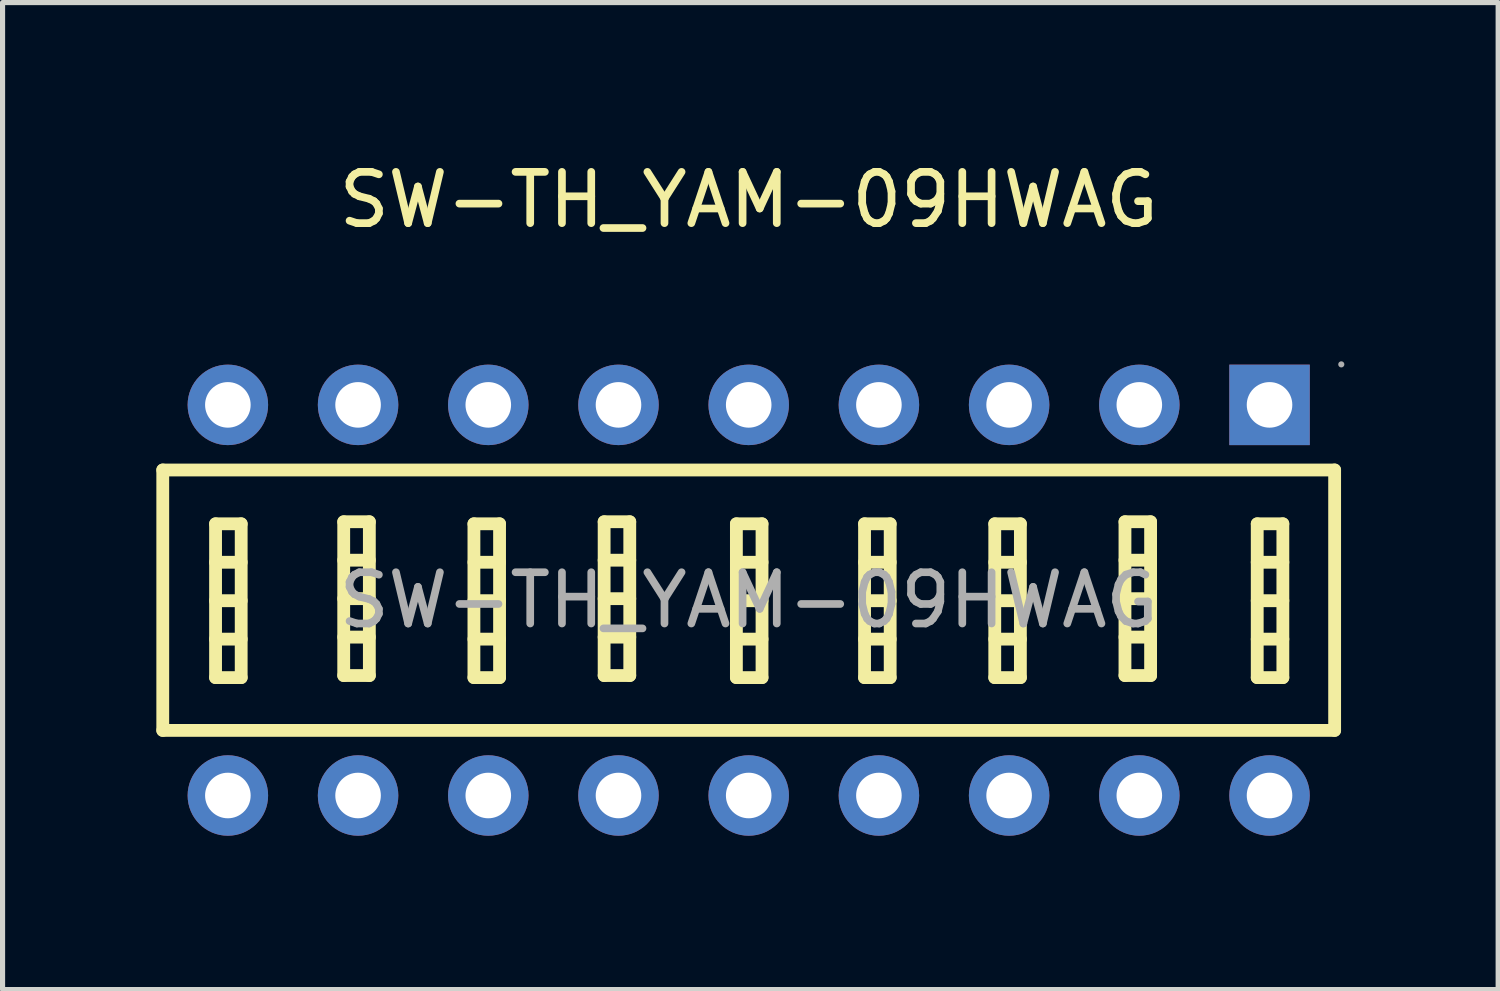
<source format=kicad_pcb>
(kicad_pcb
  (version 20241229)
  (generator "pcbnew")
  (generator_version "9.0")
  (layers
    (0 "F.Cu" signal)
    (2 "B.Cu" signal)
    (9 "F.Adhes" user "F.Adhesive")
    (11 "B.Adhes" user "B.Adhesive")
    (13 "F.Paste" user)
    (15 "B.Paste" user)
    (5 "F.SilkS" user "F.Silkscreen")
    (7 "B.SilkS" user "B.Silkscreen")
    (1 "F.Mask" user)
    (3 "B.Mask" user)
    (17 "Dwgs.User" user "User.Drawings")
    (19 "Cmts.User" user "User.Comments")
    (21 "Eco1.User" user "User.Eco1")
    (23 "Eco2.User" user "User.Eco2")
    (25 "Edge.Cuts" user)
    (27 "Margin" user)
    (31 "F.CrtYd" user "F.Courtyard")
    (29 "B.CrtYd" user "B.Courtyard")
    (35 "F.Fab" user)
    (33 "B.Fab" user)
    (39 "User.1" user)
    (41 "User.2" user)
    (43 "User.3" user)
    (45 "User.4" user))
  (footprint "SW-TH_YAM-09HWAG"
    (layer "F.Cu")
    (at 11.555 8.658)
    (property "Reference" "SW-TH_YAM-09HWAG" (at 0 -7.81 0) (layer "F.SilkS") (effects (font (size 1 1) (thickness 0.15))))
    (attr through_hole)
    (fp_line (start -11.43 -2.54) (end -11.43 2.54) (stroke (width 0.25) (type solid)) (layer "F.SilkS"))
    (fp_line (start -11.43 -2.54) (end 11.43 -2.54) (stroke (width 0.25) (type solid)) (layer "F.SilkS"))
    (fp_line (start -11.43 2.54) (end 11.43 2.54) (stroke (width 0.25) (type solid)) (layer "F.SilkS"))
    (fp_line (start -10.4 -1.49) (end -10.4 1.51) (stroke (width 0.25) (type solid)) (layer "F.SilkS"))
    (fp_line (start -10.4 -0.74) (end -9.9 -0.74) (stroke (width 0.25) (type solid)) (layer "F.SilkS"))
    (fp_line (start -10.4 0.01) (end -9.9 0.01) (stroke (width 0.25) (type solid)) (layer "F.SilkS"))
    (fp_line (start -10.4 0.76) (end -9.9 0.76) (stroke (width 0.25) (type solid)) (layer "F.SilkS"))
    (fp_line (start -10.4 1.51) (end -9.9 1.51) (stroke (width 0.25) (type solid)) (layer "F.SilkS"))
    (fp_line (start -9.9 -1.49) (end -10.4 -1.49) (stroke (width 0.25) (type solid)) (layer "F.SilkS"))
    (fp_line (start -9.9 1.51) (end -9.9 -1.49) (stroke (width 0.25) (type solid)) (layer "F.SilkS"))
    (fp_line (start -7.9 -1.53) (end -7.9 1.47) (stroke (width 0.25) (type solid)) (layer "F.SilkS"))
    (fp_line (start -7.9 -0.78) (end -7.4 -0.78) (stroke (width 0.25) (type solid)) (layer "F.SilkS"))
    (fp_line (start -7.9 -0.03) (end -7.4 -0.03) (stroke (width 0.25) (type solid)) (layer "F.SilkS"))
    (fp_line (start -7.9 0.72) (end -7.4 0.72) (stroke (width 0.25) (type solid)) (layer "F.SilkS"))
    (fp_line (start -7.9 1.47) (end -7.4 1.47) (stroke (width 0.25) (type solid)) (layer "F.SilkS"))
    (fp_line (start -7.4 -1.53) (end -7.9 -1.53) (stroke (width 0.25) (type solid)) (layer "F.SilkS"))
    (fp_line (start -7.4 1.47) (end -7.4 -1.53) (stroke (width 0.25) (type solid)) (layer "F.SilkS"))
    (fp_line (start -5.36 -1.49) (end -5.36 1.51) (stroke (width 0.25) (type solid)) (layer "F.SilkS"))
    (fp_line (start -5.36 -0.74) (end -4.86 -0.74) (stroke (width 0.25) (type solid)) (layer "F.SilkS"))
    (fp_line (start -5.36 0.01) (end -4.86 0.01) (stroke (width 0.25) (type solid)) (layer "F.SilkS"))
    (fp_line (start -5.36 0.76) (end -4.86 0.76) (stroke (width 0.25) (type solid)) (layer "F.SilkS"))
    (fp_line (start -5.36 1.51) (end -4.86 1.51) (stroke (width 0.25) (type solid)) (layer "F.SilkS"))
    (fp_line (start -4.86 -1.49) (end -5.36 -1.49) (stroke (width 0.25) (type solid)) (layer "F.SilkS"))
    (fp_line (start -4.86 1.51) (end -4.86 -1.49) (stroke (width 0.25) (type solid)) (layer "F.SilkS"))
    (fp_line (start -2.82 -1.53) (end -2.82 1.47) (stroke (width 0.25) (type solid)) (layer "F.SilkS"))
    (fp_line (start -2.82 -0.78) (end -2.32 -0.78) (stroke (width 0.25) (type solid)) (layer "F.SilkS"))
    (fp_line (start -2.82 -0.03) (end -2.32 -0.03) (stroke (width 0.25) (type solid)) (layer "F.SilkS"))
    (fp_line (start -2.82 0.72) (end -2.32 0.72) (stroke (width 0.25) (type solid)) (layer "F.SilkS"))
    (fp_line (start -2.82 1.47) (end -2.32 1.47) (stroke (width 0.25) (type solid)) (layer "F.SilkS"))
    (fp_line (start -2.32 -1.53) (end -2.82 -1.53) (stroke (width 0.25) (type solid)) (layer "F.SilkS"))
    (fp_line (start -2.32 1.47) (end -2.32 -1.53) (stroke (width 0.25) (type solid)) (layer "F.SilkS"))
    (fp_line (start -0.24 -1.49) (end -0.24 1.51) (stroke (width 0.25) (type solid)) (layer "F.SilkS"))
    (fp_line (start -0.24 -0.74) (end 0.26 -0.74) (stroke (width 0.25) (type solid)) (layer "F.SilkS"))
    (fp_line (start -0.24 0.01) (end 0.26 0.01) (stroke (width 0.25) (type solid)) (layer "F.SilkS"))
    (fp_line (start -0.24 0.76) (end 0.26 0.76) (stroke (width 0.25) (type solid)) (layer "F.SilkS"))
    (fp_line (start -0.24 1.51) (end 0.26 1.51) (stroke (width 0.25) (type solid)) (layer "F.SilkS"))
    (fp_line (start 0.26 -1.49) (end -0.24 -1.49) (stroke (width 0.25) (type solid)) (layer "F.SilkS"))
    (fp_line (start 0.26 1.51) (end 0.26 -1.49) (stroke (width 0.25) (type solid)) (layer "F.SilkS"))
    (fp_line (start 2.26 -1.49) (end 2.26 1.51) (stroke (width 0.25) (type solid)) (layer "F.SilkS"))
    (fp_line (start 2.26 -0.74) (end 2.76 -0.74) (stroke (width 0.25) (type solid)) (layer "F.SilkS"))
    (fp_line (start 2.26 0.01) (end 2.76 0.01) (stroke (width 0.25) (type solid)) (layer "F.SilkS"))
    (fp_line (start 2.26 0.76) (end 2.76 0.76) (stroke (width 0.25) (type solid)) (layer "F.SilkS"))
    (fp_line (start 2.26 1.51) (end 2.76 1.51) (stroke (width 0.25) (type solid)) (layer "F.SilkS"))
    (fp_line (start 2.76 -1.49) (end 2.26 -1.49) (stroke (width 0.25) (type solid)) (layer "F.SilkS"))
    (fp_line (start 2.76 1.51) (end 2.76 -1.49) (stroke (width 0.25) (type solid)) (layer "F.SilkS"))
    (fp_line (start 4.8 -1.49) (end 4.8 1.51) (stroke (width 0.25) (type solid)) (layer "F.SilkS"))
    (fp_line (start 4.8 -0.74) (end 5.3 -0.74) (stroke (width 0.25) (type solid)) (layer "F.SilkS"))
    (fp_line (start 4.8 0.01) (end 5.3 0.01) (stroke (width 0.25) (type solid)) (layer "F.SilkS"))
    (fp_line (start 4.8 0.76) (end 5.3 0.76) (stroke (width 0.25) (type solid)) (layer "F.SilkS"))
    (fp_line (start 4.8 1.51) (end 5.3 1.51) (stroke (width 0.25) (type solid)) (layer "F.SilkS"))
    (fp_line (start 5.3 -1.49) (end 4.8 -1.49) (stroke (width 0.25) (type solid)) (layer "F.SilkS"))
    (fp_line (start 5.3 1.51) (end 5.3 -1.49) (stroke (width 0.25) (type solid)) (layer "F.SilkS"))
    (fp_line (start 7.34 -1.53) (end 7.34 1.47) (stroke (width 0.25) (type solid)) (layer "F.SilkS"))
    (fp_line (start 7.34 -0.78) (end 7.84 -0.78) (stroke (width 0.25) (type solid)) (layer "F.SilkS"))
    (fp_line (start 7.34 -0.03) (end 7.84 -0.03) (stroke (width 0.25) (type solid)) (layer "F.SilkS"))
    (fp_line (start 7.34 0.72) (end 7.84 0.72) (stroke (width 0.25) (type solid)) (layer "F.SilkS"))
    (fp_line (start 7.34 1.47) (end 7.84 1.47) (stroke (width 0.25) (type solid)) (layer "F.SilkS"))
    (fp_line (start 7.84 -1.53) (end 7.34 -1.53) (stroke (width 0.25) (type solid)) (layer "F.SilkS"))
    (fp_line (start 7.84 1.47) (end 7.84 -1.53) (stroke (width 0.25) (type solid)) (layer "F.SilkS"))
    (fp_line (start 9.92 -1.49) (end 9.92 1.51) (stroke (width 0.25) (type solid)) (layer "F.SilkS"))
    (fp_line (start 9.92 -0.74) (end 10.42 -0.74) (stroke (width 0.25) (type solid)) (layer "F.SilkS"))
    (fp_line (start 9.92 0.01) (end 10.42 0.01) (stroke (width 0.25) (type solid)) (layer "F.SilkS"))
    (fp_line (start 9.92 0.76) (end 10.42 0.76) (stroke (width 0.25) (type solid)) (layer "F.SilkS"))
    (fp_line (start 9.92 1.51) (end 10.42 1.51) (stroke (width 0.25) (type solid)) (layer "F.SilkS"))
    (fp_line (start 10.42 -1.49) (end 9.92 -1.49) (stroke (width 0.25) (type solid)) (layer "F.SilkS"))
    (fp_line (start 10.42 1.51) (end 10.42 -1.49) (stroke (width 0.25) (type solid)) (layer "F.SilkS"))
    (fp_line (start 11.43 -2.54) (end 11.43 2.54) (stroke (width 0.25) (type solid)) (layer "F.SilkS"))
    (fp_circle (center -10.16 -3.81) (end -9.99 -3.81) (stroke (width 0.34) (type solid)) (fill no) (layer "F.Fab"))
    (fp_circle (center -10.16 3.81) (end -9.99 3.81) (stroke (width 0.34) (type solid)) (fill no) (layer "F.Fab"))
    (fp_circle (center -7.62 -3.81) (end -7.45 -3.81) (stroke (width 0.34) (type solid)) (fill no) (layer "F.Fab"))
    (fp_circle (center -7.62 3.81) (end -7.45 3.81) (stroke (width 0.34) (type solid)) (fill no) (layer "F.Fab"))
    (fp_circle (center -5.08 -3.81) (end -4.91 -3.81) (stroke (width 0.34) (type solid)) (fill no) (layer "F.Fab"))
    (fp_circle (center -5.08 3.81) (end -4.91 3.81) (stroke (width 0.34) (type solid)) (fill no) (layer "F.Fab"))
    (fp_circle (center -2.54 -3.81) (end -2.37 -3.81) (stroke (width 0.34) (type solid)) (fill no) (layer "F.Fab"))
    (fp_circle (center -2.54 3.81) (end -2.37 3.81) (stroke (width 0.34) (type solid)) (fill no) (layer "F.Fab"))
    (fp_circle (center 0 -3.81) (end 0.17 -3.81) (stroke (width 0.34) (type solid)) (fill no) (layer "F.Fab"))
    (fp_circle (center 0 3.81) (end 0.17 3.81) (stroke (width 0.34) (type solid)) (fill no) (layer "F.Fab"))
    (fp_circle (center 2.54 -3.81) (end 2.71 -3.81) (stroke (width 0.34) (type solid)) (fill no) (layer "F.Fab"))
    (fp_circle (center 2.54 3.81) (end 2.71 3.81) (stroke (width 0.34) (type solid)) (fill no) (layer "F.Fab"))
    (fp_circle (center 5.08 -3.81) (end 5.25 -3.81) (stroke (width 0.34) (type solid)) (fill no) (layer "F.Fab"))
    (fp_circle (center 5.08 3.81) (end 5.25 3.81) (stroke (width 0.34) (type solid)) (fill no) (layer "F.Fab"))
    (fp_circle (center 7.62 -3.81) (end 7.79 -3.81) (stroke (width 0.34) (type solid)) (fill no) (layer "F.Fab"))
    (fp_circle (center 7.62 3.81) (end 7.79 3.81) (stroke (width 0.34) (type solid)) (fill no) (layer "F.Fab"))
    (fp_circle (center 10.16 -3.81) (end 10.33 -3.81) (stroke (width 0.34) (type solid)) (fill no) (layer "F.Fab"))
    (fp_circle (center 10.16 3.81) (end 10.33 3.81) (stroke (width 0.34) (type solid)) (fill no) (layer "F.Fab"))
    (fp_circle (center 11.56 -4.6) (end 11.59 -4.6) (stroke (width 0.06) (type solid)) (fill no) (layer "F.Fab"))
    (fp_text user "${REFERENCE}" (at 0 0 0) (layer "F.Fab") (effects (font (size 1 1) (thickness 0.15))))
    (pad "1" thru_hole rect (at 10.16 -3.81 180) (size 1.57 1.57) (drill 0.889) (layers "*.Cu" "*.Paste" "*.Mask"))
    (pad "2" thru_hole circle (at 7.62 -3.81 180) (size 1.57 1.57) (drill 0.889) (layers "*.Cu" "*.Paste" "*.Mask"))
    (pad "3" thru_hole circle (at 5.08 -3.81 180) (size 1.57 1.57) (drill 0.889) (layers "*.Cu" "*.Paste" "*.Mask"))
    (pad "4" thru_hole circle (at 2.54 -3.81 180) (size 1.57 1.57) (drill 0.889) (layers "*.Cu" "*.Paste" "*.Mask"))
    (pad "5" thru_hole circle (at 0 -3.81 180) (size 1.57 1.57) (drill 0.889) (layers "*.Cu" "*.Paste" "*.Mask"))
    (pad "6" thru_hole circle (at -2.54 -3.81 180) (size 1.57 1.57) (drill 0.889) (layers "*.Cu" "*.Paste" "*.Mask"))
    (pad "7" thru_hole circle (at -5.08 -3.81 180) (size 1.57 1.57) (drill 0.889) (layers "*.Cu" "*.Paste" "*.Mask"))
    (pad "8" thru_hole circle (at -7.62 -3.81 180) (size 1.57 1.57) (drill 0.889) (layers "*.Cu" "*.Paste" "*.Mask"))
    (pad "9" thru_hole circle (at -10.16 -3.81 180) (size 1.57 1.57) (drill 0.889) (layers "*.Cu" "*.Paste" "*.Mask"))
    (pad "10" thru_hole circle (at 10.16 3.81 180) (size 1.57 1.57) (drill 0.889) (layers "*.Cu" "*.Paste" "*.Mask"))
    (pad "11" thru_hole circle (at 7.62 3.81 180) (size 1.57 1.57) (drill 0.889) (layers "*.Cu" "*.Paste" "*.Mask"))
    (pad "12" thru_hole circle (at 5.08 3.81 180) (size 1.57 1.57) (drill 0.889) (layers "*.Cu" "*.Paste" "*.Mask"))
    (pad "13" thru_hole circle (at 2.54 3.81 180) (size 1.57 1.57) (drill 0.889) (layers "*.Cu" "*.Paste" "*.Mask"))
    (pad "14" thru_hole circle (at 0 3.81 180) (size 1.57 1.57) (drill 0.889) (layers "*.Cu" "*.Paste" "*.Mask"))
    (pad "15" thru_hole circle (at -2.54 3.81 180) (size 1.57 1.57) (drill 0.889) (layers "*.Cu" "*.Paste" "*.Mask"))
    (pad "16" thru_hole circle (at -5.08 3.81 180) (size 1.57 1.57) (drill 0.889) (layers "*.Cu" "*.Paste" "*.Mask"))
    (pad "17" thru_hole circle (at -7.62 3.81 180) (size 1.57 1.57) (drill 0.889) (layers "*.Cu" "*.Paste" "*.Mask"))
    (pad "18" thru_hole circle (at -10.16 3.81 180) (size 1.57 1.57) (drill 0.889) (layers "*.Cu" "*.Paste" "*.Mask")))
  (gr_rect
    (start -3 -3)
    (end 26.175 16.253)
    (stroke (width 0.1) (type default))
    (fill no)
    (layer "Edge.Cuts")))
</source>
